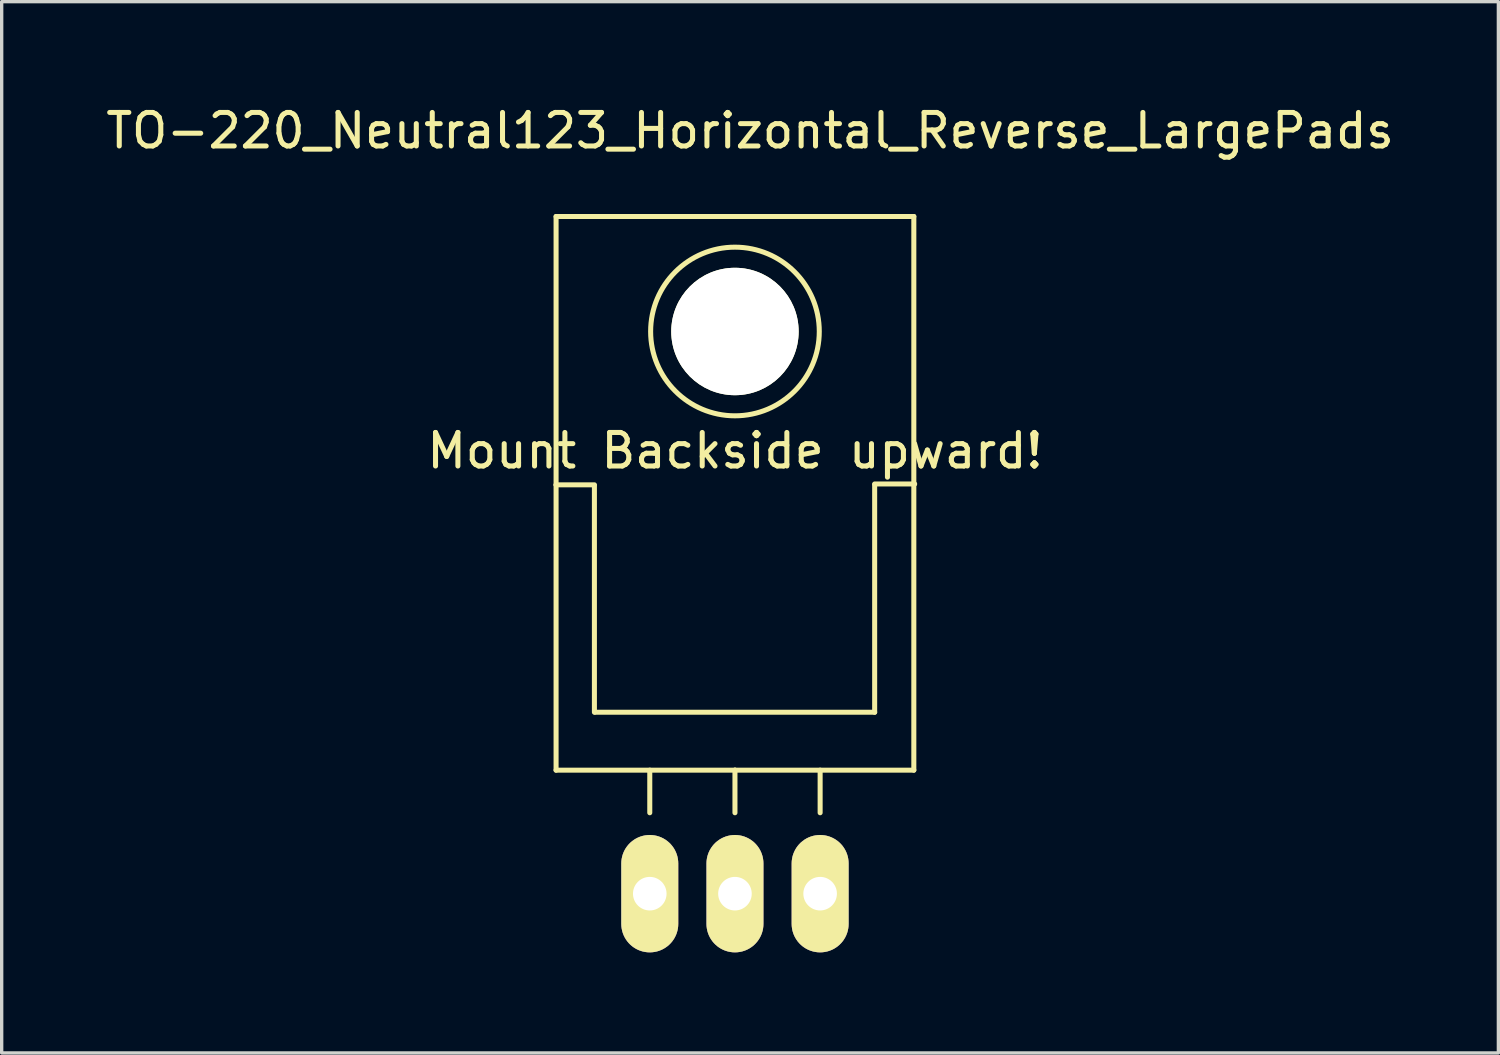
<source format=kicad_pcb>
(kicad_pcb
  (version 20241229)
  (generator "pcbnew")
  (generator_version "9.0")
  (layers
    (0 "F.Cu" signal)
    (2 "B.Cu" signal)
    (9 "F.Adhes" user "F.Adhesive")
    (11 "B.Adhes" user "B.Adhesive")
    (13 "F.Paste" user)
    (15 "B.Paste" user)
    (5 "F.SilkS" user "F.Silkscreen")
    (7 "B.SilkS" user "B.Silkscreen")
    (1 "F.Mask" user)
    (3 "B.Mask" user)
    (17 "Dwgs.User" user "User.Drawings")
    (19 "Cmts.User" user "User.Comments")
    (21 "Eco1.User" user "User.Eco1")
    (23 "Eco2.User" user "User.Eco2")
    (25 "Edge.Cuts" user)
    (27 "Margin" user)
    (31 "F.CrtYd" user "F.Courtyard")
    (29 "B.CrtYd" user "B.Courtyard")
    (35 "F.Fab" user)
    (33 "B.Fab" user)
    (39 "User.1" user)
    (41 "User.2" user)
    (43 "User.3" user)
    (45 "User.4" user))
  (footprint "TO-220_Neutral123_Horizontal_Reverse_LargePads"
    (layer "F.Cu")
    (at 18.866 23.599)
    (property "Reference" "TO-220_Neutral123_Horizontal_Reverse_LargePads" (at 0.45 -22.751 0) (layer "F.SilkS") (effects (font (size 1 1) (thickness 0.15))))
    (attr through_hole)
    (fp_line (start -5.334 -20.193) (end -5.334 -12.192) (stroke (width 0.15) (type solid)) (layer "F.SilkS"))
    (fp_line (start -5.334 -12.192) (end -5.334 -3.683) (stroke (width 0.15) (type solid)) (layer "F.SilkS"))
    (fp_line (start -4.191 -12.192) (end -5.334 -12.192) (stroke (width 0.15) (type solid)) (layer "F.SilkS"))
    (fp_line (start -4.191 -5.41) (end -4.191 -12.167) (stroke (width 0.15) (type solid)) (layer "F.SilkS"))
    (fp_line (start -2.54 -3.683) (end -2.54 -2.413) (stroke (width 0.15) (type solid)) (layer "F.SilkS"))
    (fp_line (start 0 -3.683) (end -5.334 -3.683) (stroke (width 0.15) (type solid)) (layer "F.SilkS"))
    (fp_line (start 0 -3.683) (end 0 -2.413) (stroke (width 0.15) (type solid)) (layer "F.SilkS"))
    (fp_line (start 0 -3.683) (end 5.334 -3.683) (stroke (width 0.15) (type solid)) (layer "F.SilkS"))
    (fp_line (start 2.54 -3.683) (end 2.54 -2.413) (stroke (width 0.15) (type solid)) (layer "F.SilkS"))
    (fp_line (start 4.166 -12.217) (end 5.359 -12.217) (stroke (width 0.15) (type solid)) (layer "F.SilkS"))
    (fp_line (start 4.166 -12.192) (end 4.166 -5.41) (stroke (width 0.15) (type solid)) (layer "F.SilkS"))
    (fp_line (start 4.166 -5.41) (end -4.166 -5.41) (stroke (width 0.15) (type solid)) (layer "F.SilkS"))
    (fp_line (start 5.334 -20.193) (end -5.334 -20.193) (stroke (width 0.15) (type solid)) (layer "F.SilkS"))
    (fp_line (start 5.334 -12.192) (end 5.334 -20.193) (stroke (width 0.15) (type solid)) (layer "F.SilkS"))
    (fp_line (start 5.334 -3.683) (end 5.334 -12.192) (stroke (width 0.15) (type solid)) (layer "F.SilkS"))
    (fp_circle (center 0 -16.764) (end 1.778 -14.986) (stroke (width 0.15) (type solid)) (fill no) (layer "F.SilkS"))
    (fp_text user "Mount Backside upward!" (at 0 -13.208 0) (layer "F.SilkS") (effects (font (size 1 1) (thickness 0.15))))
    (pad "" np_thru_hole circle (at 0 -16.764 90) (size 3.8 3.8) (drill 3.8) (layers "*.Cu" "*.Mask" "F.SilkS"))
    (pad "1" thru_hole oval (at 2.54 0 90) (size 3.5 1.699) (drill 1.001) (layers "*.Cu" "*.Mask" "F.SilkS"))
    (pad "2" thru_hole oval (at 0 0 90) (size 3.5 1.699) (drill 1.001) (layers "*.Cu" "*.Mask" "F.SilkS"))
    (pad "3" thru_hole oval (at -2.54 0 90) (size 3.5 1.699) (drill 1.001) (layers "*.Cu" "*.Mask" "F.SilkS")))
  (gr_rect
    (start -3 -3)
    (end 41.631 28.349)
    (stroke (width 0.1) (type default))
    (fill no)
    (layer "Edge.Cuts")))
</source>
